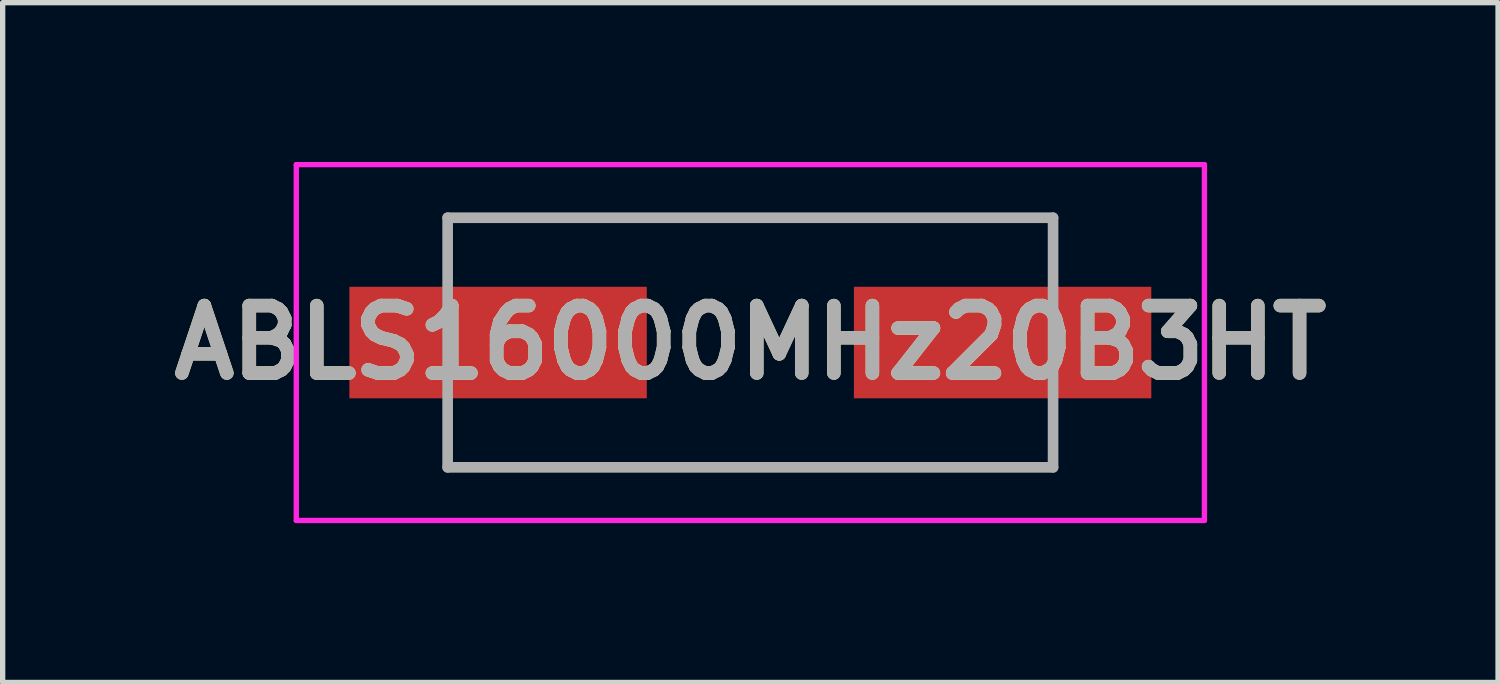
<source format=kicad_pcb>
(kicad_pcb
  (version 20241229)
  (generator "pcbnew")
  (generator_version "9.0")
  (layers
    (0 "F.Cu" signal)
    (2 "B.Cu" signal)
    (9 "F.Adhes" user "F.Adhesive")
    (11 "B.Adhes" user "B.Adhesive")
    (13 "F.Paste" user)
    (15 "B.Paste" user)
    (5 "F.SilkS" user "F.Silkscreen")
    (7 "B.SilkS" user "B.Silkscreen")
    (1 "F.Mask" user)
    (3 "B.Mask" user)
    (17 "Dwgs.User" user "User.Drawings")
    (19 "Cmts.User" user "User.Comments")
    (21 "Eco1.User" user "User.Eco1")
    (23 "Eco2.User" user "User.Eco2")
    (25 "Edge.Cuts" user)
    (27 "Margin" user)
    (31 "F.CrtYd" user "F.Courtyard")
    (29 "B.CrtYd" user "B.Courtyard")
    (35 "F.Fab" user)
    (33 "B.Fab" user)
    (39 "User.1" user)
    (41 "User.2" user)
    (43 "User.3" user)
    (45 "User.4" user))
  (footprint "ABLS16000MHz20B3HT"
    (layer "F.Cu")
    (at 11.079 3.4)
    (property "Reference" "ABLS16000MHz20B3HT" (at 0 0 0) (layer "F.SilkS") (effects (font (size 1.27 1.27) (thickness 0.254))))
    (attr smd)
    (fp_line (start -5.7 -2.35) (end 5.7 -2.35) (stroke (width 0.1) (type solid)) (layer "F.SilkS"))
    (fp_line (start -5.7 -1.5) (end -5.7 -2.35) (stroke (width 0.1) (type solid)) (layer "F.SilkS"))
    (fp_line (start -5.7 1.5) (end -5.7 2.35) (stroke (width 0.1) (type solid)) (layer "F.SilkS"))
    (fp_line (start -5.7 2.35) (end 5.7 2.35) (stroke (width 0.1) (type solid)) (layer "F.SilkS"))
    (fp_line (start 5.7 -2.35) (end 5.7 -1.5) (stroke (width 0.1) (type solid)) (layer "F.SilkS"))
    (fp_line (start 5.7 2.35) (end 5.7 1.5) (stroke (width 0.1) (type solid)) (layer "F.SilkS"))
    (fp_line (start -8.55 -3.35) (end 8.55 -3.35) (stroke (width 0.1) (type solid)) (layer "F.CrtYd"))
    (fp_line (start -8.55 3.35) (end -8.55 -3.35) (stroke (width 0.1) (type solid)) (layer "F.CrtYd"))
    (fp_line (start 8.55 -3.35) (end 8.55 3.35) (stroke (width 0.1) (type solid)) (layer "F.CrtYd"))
    (fp_line (start 8.55 3.35) (end -8.55 3.35) (stroke (width 0.1) (type solid)) (layer "F.CrtYd"))
    (fp_line (start -5.7 -2.35) (end 5.7 -2.35) (stroke (width 0.2) (type solid)) (layer "F.Fab"))
    (fp_line (start -5.7 2.35) (end -5.7 -2.35) (stroke (width 0.2) (type solid)) (layer "F.Fab"))
    (fp_line (start 5.7 -2.35) (end 5.7 2.35) (stroke (width 0.2) (type solid)) (layer "F.Fab"))
    (fp_line (start 5.7 2.35) (end -5.7 2.35) (stroke (width 0.2) (type solid)) (layer "F.Fab"))
    (fp_text user "${REFERENCE}" (at 0 0 0) (layer "F.Fab") (effects (font (size 1.27 1.27) (thickness 0.254))))
    (pad "1" smd rect (at -4.75 0 90) (size 2.1 5.6) (layers "F.Cu" "F.Mask" "F.Paste"))
    (pad "2" smd rect (at 4.75 0 90) (size 2.1 5.6) (layers "F.Cu" "F.Mask" "F.Paste")))
  (gr_rect
    (start -3 -3)
    (end 25.158 9.8)
    (stroke (width 0.1) (type default))
    (fill no)
    (layer "Edge.Cuts")))
</source>
